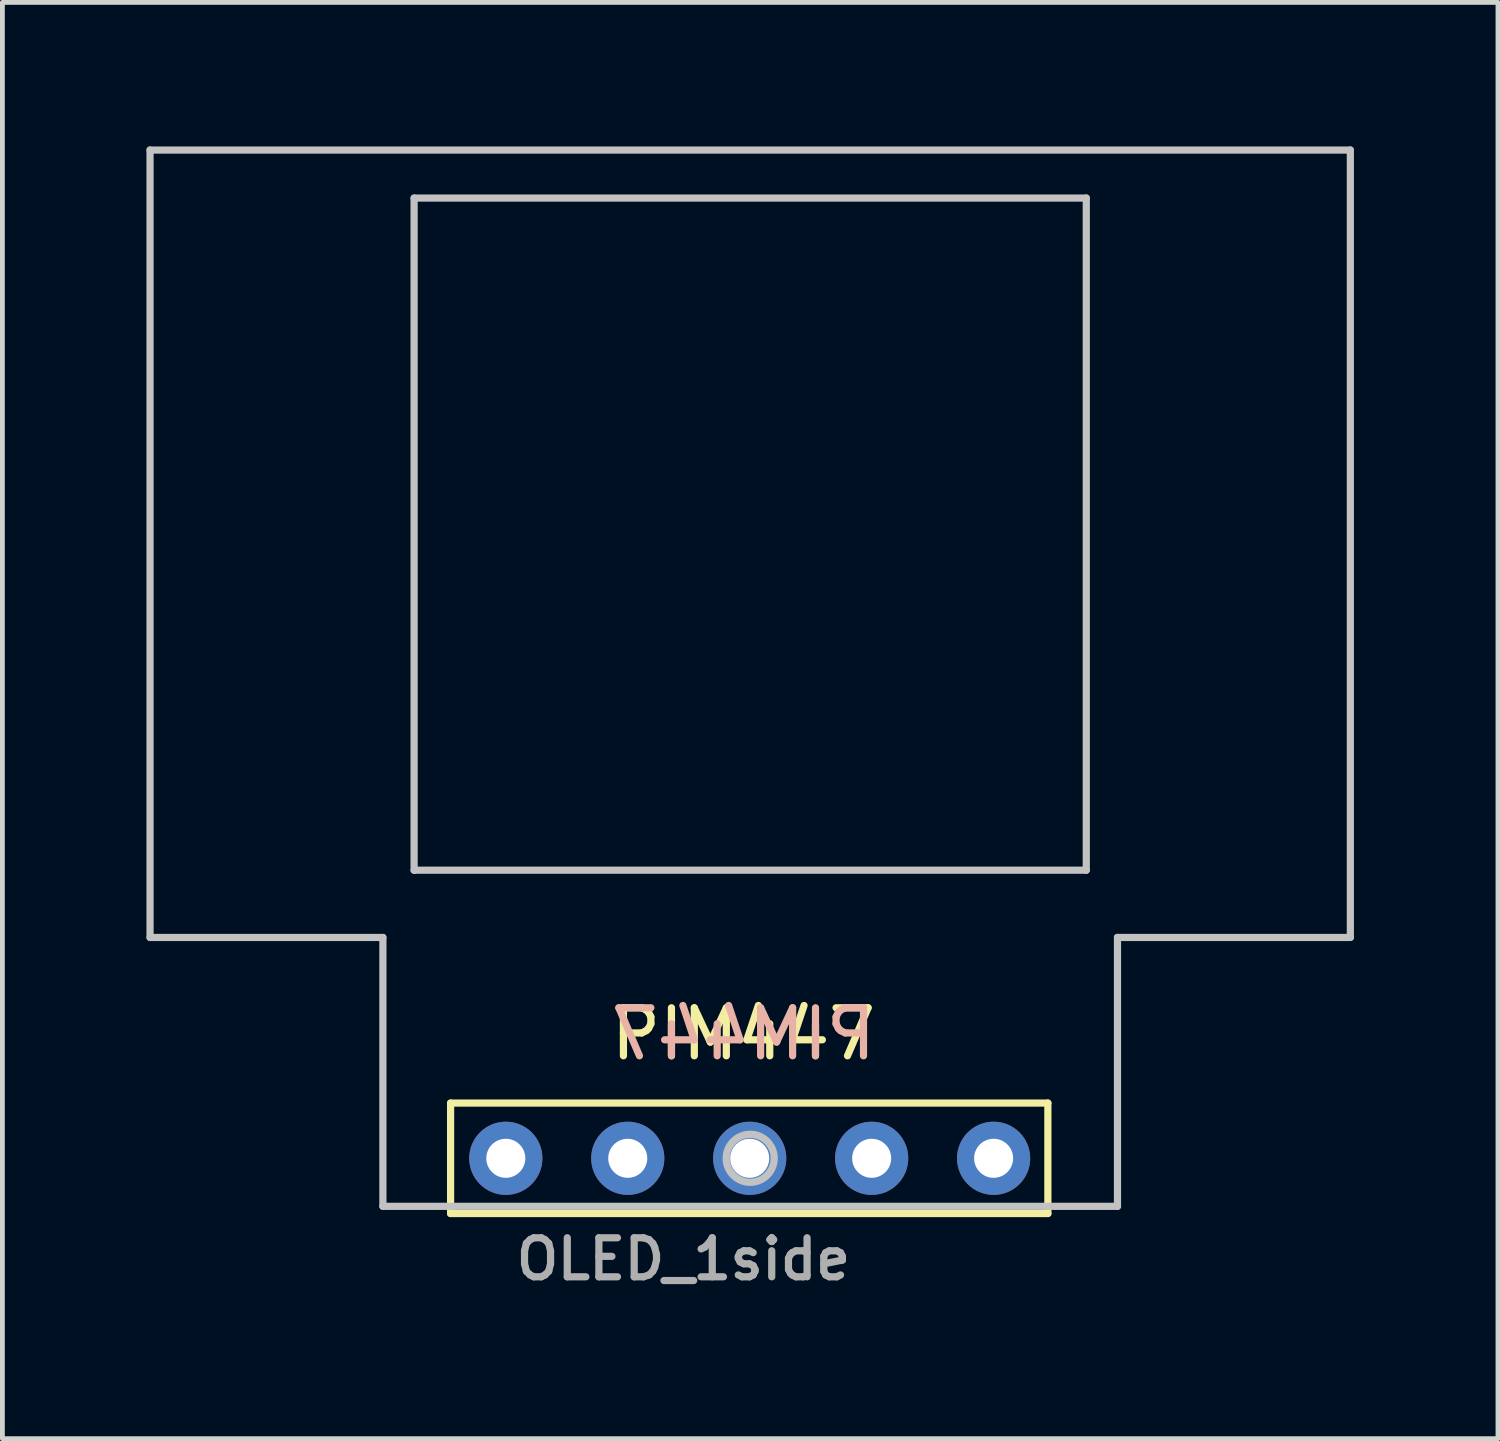
<source format=kicad_pcb>
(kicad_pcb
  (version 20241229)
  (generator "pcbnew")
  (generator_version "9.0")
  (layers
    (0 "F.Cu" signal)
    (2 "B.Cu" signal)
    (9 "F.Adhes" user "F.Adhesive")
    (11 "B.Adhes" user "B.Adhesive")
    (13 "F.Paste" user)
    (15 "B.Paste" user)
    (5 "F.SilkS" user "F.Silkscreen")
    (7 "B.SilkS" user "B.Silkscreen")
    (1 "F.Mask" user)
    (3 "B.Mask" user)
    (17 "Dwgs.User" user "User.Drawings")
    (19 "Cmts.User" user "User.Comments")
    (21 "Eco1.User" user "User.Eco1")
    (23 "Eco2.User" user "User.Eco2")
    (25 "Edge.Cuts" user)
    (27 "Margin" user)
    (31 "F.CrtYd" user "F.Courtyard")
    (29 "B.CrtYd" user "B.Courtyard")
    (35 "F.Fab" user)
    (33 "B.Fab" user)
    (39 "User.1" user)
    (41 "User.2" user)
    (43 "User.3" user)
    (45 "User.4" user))
  (footprint "OLED_1side"
    (layer "F.Cu")
    (at 7.485 21.075)
    (property "Reference" "OLED_1side" (at 3.7 2.1 180) (layer "F.Fab") (effects (font (size 0.813 0.813) (thickness 0.15))))
    (attr through_hole)
    (fp_line (start -1.15 -1.15) (end 11.29 -1.15) (stroke (width 0.15) (type solid)) (layer "F.SilkS"))
    (fp_line (start -1.15 1.15) (end -1.15 -1.15) (stroke (width 0.15) (type solid)) (layer "F.SilkS"))
    (fp_line (start -1.15 1.15) (end 11.29 1.15) (stroke (width 0.15) (type solid)) (layer "F.SilkS"))
    (fp_line (start 11.29 -1.15) (end 11.29 1.15) (stroke (width 0.15) (type solid)) (layer "F.SilkS"))
    (fp_line (start -7.41 -21) (end 17.59 -21) (stroke (width 0.15) (type solid)) (layer "Dwgs.User"))
    (fp_line (start -7.41 -4.6) (end -7.41 -21) (stroke (width 0.15) (type solid)) (layer "Dwgs.User"))
    (fp_line (start -2.56 -4.6) (end -7.41 -4.6) (stroke (width 0.15) (type solid)) (layer "Dwgs.User"))
    (fp_line (start -2.56 1) (end -2.56 -4.6) (stroke (width 0.15) (type solid)) (layer "Dwgs.User"))
    (fp_line (start -1.91 -20) (end 12.09 -20) (stroke (width 0.15) (type solid)) (layer "Dwgs.User"))
    (fp_line (start -1.91 -6) (end -1.91 -20) (stroke (width 0.15) (type solid)) (layer "Dwgs.User"))
    (fp_line (start 12.09 -20) (end 12.09 -6) (stroke (width 0.15) (type solid)) (layer "Dwgs.User"))
    (fp_line (start 12.09 -6) (end -1.91 -6) (stroke (width 0.15) (type solid)) (layer "Dwgs.User"))
    (fp_line (start 12.74 -4.6) (end 12.74 1) (stroke (width 0.15) (type solid)) (layer "Dwgs.User"))
    (fp_line (start 12.74 -4.6) (end 17.59 -4.6) (stroke (width 0.15) (type solid)) (layer "Dwgs.User"))
    (fp_line (start 12.74 1) (end -2.56 1) (stroke (width 0.15) (type solid)) (layer "Dwgs.User"))
    (fp_line (start 17.59 -21) (end 17.59 -4.6) (stroke (width 0.15) (type solid)) (layer "Dwgs.User"))
    (fp_circle (center 5.09 0) (end 5.59 0) (stroke (width 0.15) (type solid)) (fill no) (layer "Dwgs.User"))
    (fp_text user "PIM447" (at 4.95 -2.59 0) (layer "F.SilkS") (effects (font (size 1 1) (thickness 0.15))))
    (fp_text user "PIM447" (at 4.95 -2.59 0) (layer "B.SilkS") (effects (font (size 1 1) (thickness 0.15)) (justify mirror)))
    (pad "1" thru_hole circle (at 0 0) (size 1.524 1.524) (drill 0.813) (layers "*.Cu" "*.Mask"))
    (pad "2" thru_hole circle (at 2.54 0) (size 1.524 1.524) (drill 0.813) (layers "*.Cu" "*.Mask"))
    (pad "3" thru_hole circle (at 5.08 0) (size 1.524 1.524) (drill 0.813) (layers "*.Cu" "*.Mask"))
    (pad "4" thru_hole circle (at 7.62 0) (size 1.524 1.524) (drill 0.813) (layers "*.Cu" "*.Mask"))
    (pad "5" thru_hole circle (at 10.16 0) (size 1.524 1.524) (drill 0.813) (layers "*.Cu" "*.Mask")))
  (gr_rect
    (start -3 -3)
    (end 28.15 26.914)
    (stroke (width 0.1) (type default))
    (fill no)
    (layer "Edge.Cuts")))
</source>
